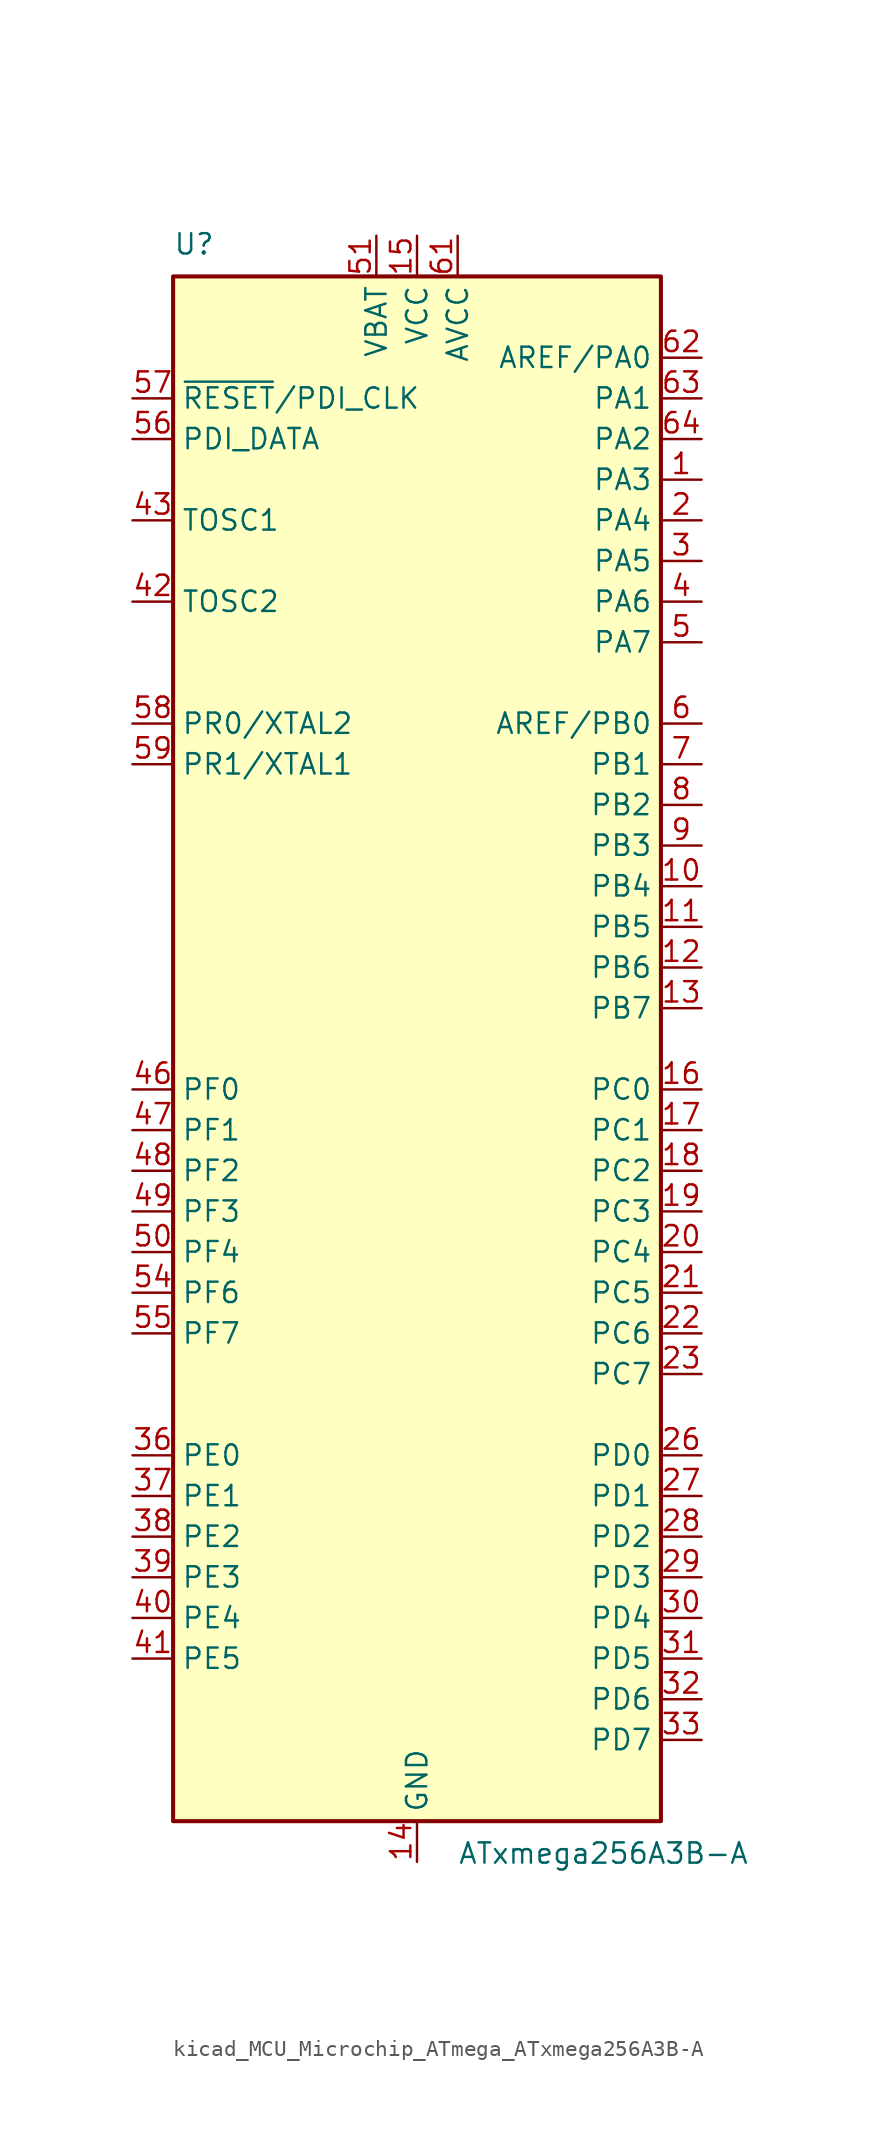
<source format=kicad_sym>
(kicad_symbol_lib
  (version 20220914)
  (generator kicad_symbol_editor)
  (symbol "kicad_MCU_Microchip_ATmega_ATxmega256A3B-A"
    (property "Reference" "U"
      (at -15.24 49.53 0)
      (effects (font (size 1.27 1.27)) (justify left bottom)))
    (property "Value" "ATxmega256A3B-A"
      (at 2.54 -49.53 0)
      (effects (font (size 1.27 1.27)) (justify left top)))
    (symbol "kicad_MCU_Microchip_ATmega_ATxmega256A3B-A_0_1"
      (rectangle (start -15.24 -48.26) (end 15.24 48.26) (stroke (width 0.254) (type default)) (fill (type background))))
    (symbol "kicad_MCU_Microchip_ATmega_ATxmega256A3B-A_1_1"
      (pin bidirectional line (at 17.78 35.56 180) (length 2.54) (name "PA3" (effects (font (size 1.27 1.27)))) (number "1" (effects (font (size 1.27 1.27)))))
      (pin bidirectional line (at 17.78 10.16 180) (length 2.54) (name "PB4" (effects (font (size 1.27 1.27)))) (number "10" (effects (font (size 1.27 1.27)))))
      (pin bidirectional line (at 17.78 7.62 180) (length 2.54) (name "PB5" (effects (font (size 1.27 1.27)))) (number "11" (effects (font (size 1.27 1.27)))))
      (pin bidirectional line (at 17.78 5.08 180) (length 2.54) (name "PB6" (effects (font (size 1.27 1.27)))) (number "12" (effects (font (size 1.27 1.27)))))
      (pin bidirectional line (at 17.78 2.54 180) (length 2.54) (name "PB7" (effects (font (size 1.27 1.27)))) (number "13" (effects (font (size 1.27 1.27)))))
      (pin power_in line (at 0 -50.8 90) (length 2.54) (name "GND" (effects (font (size 1.27 1.27)))) (number "14" (effects (font (size 1.27 1.27)))))
      (pin power_in line (at 0 50.8 270) (length 2.54) (name "VCC" (effects (font (size 1.27 1.27)))) (number "15" (effects (font (size 1.27 1.27)))))
      (pin bidirectional line (at 17.78 -2.54 180) (length 2.54) (name "PC0" (effects (font (size 1.27 1.27)))) (number "16" (effects (font (size 1.27 1.27)))))
      (pin bidirectional line (at 17.78 -5.08 180) (length 2.54) (name "PC1" (effects (font (size 1.27 1.27)))) (number "17" (effects (font (size 1.27 1.27)))))
      (pin bidirectional line (at 17.78 -7.62 180) (length 2.54) (name "PC2" (effects (font (size 1.27 1.27)))) (number "18" (effects (font (size 1.27 1.27)))))
      (pin bidirectional line (at 17.78 -10.16 180) (length 2.54) (name "PC3" (effects (font (size 1.27 1.27)))) (number "19" (effects (font (size 1.27 1.27)))))
      (pin bidirectional line (at 17.78 33.02 180) (length 2.54) (name "PA4" (effects (font (size 1.27 1.27)))) (number "2" (effects (font (size 1.27 1.27)))))
      (pin bidirectional line (at 17.78 -12.7 180) (length 2.54) (name "PC4" (effects (font (size 1.27 1.27)))) (number "20" (effects (font (size 1.27 1.27)))))
      (pin bidirectional line (at 17.78 -15.24 180) (length 2.54) (name "PC5" (effects (font (size 1.27 1.27)))) (number "21" (effects (font (size 1.27 1.27)))))
      (pin bidirectional line (at 17.78 -17.78 180) (length 2.54) (name "PC6" (effects (font (size 1.27 1.27)))) (number "22" (effects (font (size 1.27 1.27)))))
      (pin bidirectional line (at 17.78 -20.32 180) (length 2.54) (name "PC7" (effects (font (size 1.27 1.27)))) (number "23" (effects (font (size 1.27 1.27)))))
      (pin passive line (at 0 -50.8 90) (length 2.54) hide (name "GND" (effects (font (size 1.27 1.27)))) (number "24" (effects (font (size 1.27 1.27)))))
      (pin passive line (at 0 50.8 270) (length 2.54) hide (name "VCC" (effects (font (size 1.27 1.27)))) (number "25" (effects (font (size 1.27 1.27)))))
      (pin bidirectional line (at 17.78 -25.4 180) (length 2.54) (name "PD0" (effects (font (size 1.27 1.27)))) (number "26" (effects (font (size 1.27 1.27)))))
      (pin bidirectional line (at 17.78 -27.94 180) (length 2.54) (name "PD1" (effects (font (size 1.27 1.27)))) (number "27" (effects (font (size 1.27 1.27)))))
      (pin bidirectional line (at 17.78 -30.48 180) (length 2.54) (name "PD2" (effects (font (size 1.27 1.27)))) (number "28" (effects (font (size 1.27 1.27)))))
      (pin bidirectional line (at 17.78 -33.02 180) (length 2.54) (name "PD3" (effects (font (size 1.27 1.27)))) (number "29" (effects (font (size 1.27 1.27)))))
      (pin bidirectional line (at 17.78 30.48 180) (length 2.54) (name "PA5" (effects (font (size 1.27 1.27)))) (number "3" (effects (font (size 1.27 1.27)))))
      (pin bidirectional line (at 17.78 -35.56 180) (length 2.54) (name "PD4" (effects (font (size 1.27 1.27)))) (number "30" (effects (font (size 1.27 1.27)))))
      (pin bidirectional line (at 17.78 -38.1 180) (length 2.54) (name "PD5" (effects (font (size 1.27 1.27)))) (number "31" (effects (font (size 1.27 1.27)))))
      (pin bidirectional line (at 17.78 -40.64 180) (length 2.54) (name "PD6" (effects (font (size 1.27 1.27)))) (number "32" (effects (font (size 1.27 1.27)))))
      (pin bidirectional line (at 17.78 -43.18 180) (length 2.54) (name "PD7" (effects (font (size 1.27 1.27)))) (number "33" (effects (font (size 1.27 1.27)))))
      (pin passive line (at 0 -50.8 90) (length 2.54) hide (name "GND" (effects (font (size 1.27 1.27)))) (number "34" (effects (font (size 1.27 1.27)))))
      (pin passive line (at 0 50.8 270) (length 2.54) hide (name "VCC" (effects (font (size 1.27 1.27)))) (number "35" (effects (font (size 1.27 1.27)))))
      (pin bidirectional line (at -17.78 -25.4 0) (length 2.54) (name "PE0" (effects (font (size 1.27 1.27)))) (number "36" (effects (font (size 1.27 1.27)))))
      (pin bidirectional line (at -17.78 -27.94 0) (length 2.54) (name "PE1" (effects (font (size 1.27 1.27)))) (number "37" (effects (font (size 1.27 1.27)))))
      (pin bidirectional line (at -17.78 -30.48 0) (length 2.54) (name "PE2" (effects (font (size 1.27 1.27)))) (number "38" (effects (font (size 1.27 1.27)))))
      (pin bidirectional line (at -17.78 -33.02 0) (length 2.54) (name "PE3" (effects (font (size 1.27 1.27)))) (number "39" (effects (font (size 1.27 1.27)))))
      (pin bidirectional line (at 17.78 27.94 180) (length 2.54) (name "PA6" (effects (font (size 1.27 1.27)))) (number "4" (effects (font (size 1.27 1.27)))))
      (pin bidirectional line (at -17.78 -35.56 0) (length 2.54) (name "PE4" (effects (font (size 1.27 1.27)))) (number "40" (effects (font (size 1.27 1.27)))))
      (pin bidirectional line (at -17.78 -38.1 0) (length 2.54) (name "PE5" (effects (font (size 1.27 1.27)))) (number "41" (effects (font (size 1.27 1.27)))))
      (pin passive line (at -17.78 27.94 0) (length 2.54) (name "TOSC2" (effects (font (size 1.27 1.27)))) (number "42" (effects (font (size 1.27 1.27)))))
      (pin input line (at -17.78 33.02 0) (length 2.54) (name "TOSC1" (effects (font (size 1.27 1.27)))) (number "43" (effects (font (size 1.27 1.27)))))
      (pin passive line (at 0 -50.8 90) (length 2.54) hide (name "GND" (effects (font (size 1.27 1.27)))) (number "44" (effects (font (size 1.27 1.27)))))
      (pin passive line (at 0 50.8 270) (length 2.54) hide (name "VCC" (effects (font (size 1.27 1.27)))) (number "45" (effects (font (size 1.27 1.27)))))
      (pin bidirectional line (at -17.78 -2.54 0) (length 2.54) (name "PF0" (effects (font (size 1.27 1.27)))) (number "46" (effects (font (size 1.27 1.27)))))
      (pin bidirectional line (at -17.78 -5.08 0) (length 2.54) (name "PF1" (effects (font (size 1.27 1.27)))) (number "47" (effects (font (size 1.27 1.27)))))
      (pin bidirectional line (at -17.78 -7.62 0) (length 2.54) (name "PF2" (effects (font (size 1.27 1.27)))) (number "48" (effects (font (size 1.27 1.27)))))
      (pin bidirectional line (at -17.78 -10.16 0) (length 2.54) (name "PF3" (effects (font (size 1.27 1.27)))) (number "49" (effects (font (size 1.27 1.27)))))
      (pin bidirectional line (at 17.78 25.4 180) (length 2.54) (name "PA7" (effects (font (size 1.27 1.27)))) (number "5" (effects (font (size 1.27 1.27)))))
      (pin bidirectional line (at -17.78 -12.7 0) (length 2.54) (name "PF4" (effects (font (size 1.27 1.27)))) (number "50" (effects (font (size 1.27 1.27)))))
      (pin power_in line (at -2.54 50.8 270) (length 2.54) (name "VBAT" (effects (font (size 1.27 1.27)))) (number "51" (effects (font (size 1.27 1.27)))))
      (pin passive line (at 0 -50.8 90) (length 2.54) hide (name "GND" (effects (font (size 1.27 1.27)))) (number "52" (effects (font (size 1.27 1.27)))))
      (pin passive line (at 0 50.8 270) (length 2.54) hide (name "VCC" (effects (font (size 1.27 1.27)))) (number "53" (effects (font (size 1.27 1.27)))))
      (pin bidirectional line (at -17.78 -15.24 0) (length 2.54) (name "PF6" (effects (font (size 1.27 1.27)))) (number "54" (effects (font (size 1.27 1.27)))))
      (pin bidirectional line (at -17.78 -17.78 0) (length 2.54) (name "PF7" (effects (font (size 1.27 1.27)))) (number "55" (effects (font (size 1.27 1.27)))))
      (pin bidirectional line (at -17.78 38.1 0) (length 2.54) (name "PDI_DATA" (effects (font (size 1.27 1.27)))) (number "56" (effects (font (size 1.27 1.27)))))
      (pin input line (at -17.78 40.64 0) (length 2.54) (name "~{RESET}/PDI_CLK" (effects (font (size 1.27 1.27)))) (number "57" (effects (font (size 1.27 1.27)))))
      (pin bidirectional line (at -17.78 20.32 0) (length 2.54) (name "PR0/XTAL2" (effects (font (size 1.27 1.27)))) (number "58" (effects (font (size 1.27 1.27)))))
      (pin bidirectional line (at -17.78 17.78 0) (length 2.54) (name "PR1/XTAL1" (effects (font (size 1.27 1.27)))) (number "59" (effects (font (size 1.27 1.27)))))
      (pin bidirectional line (at 17.78 20.32 180) (length 2.54) (name "AREF/PB0" (effects (font (size 1.27 1.27)))) (number "6" (effects (font (size 1.27 1.27)))))
      (pin passive line (at 0 -50.8 90) (length 2.54) hide (name "GND" (effects (font (size 1.27 1.27)))) (number "60" (effects (font (size 1.27 1.27)))))
      (pin power_in line (at 2.54 50.8 270) (length 2.54) (name "AVCC" (effects (font (size 1.27 1.27)))) (number "61" (effects (font (size 1.27 1.27)))))
      (pin bidirectional line (at 17.78 43.18 180) (length 2.54) (name "AREF/PA0" (effects (font (size 1.27 1.27)))) (number "62" (effects (font (size 1.27 1.27)))))
      (pin bidirectional line (at 17.78 40.64 180) (length 2.54) (name "PA1" (effects (font (size 1.27 1.27)))) (number "63" (effects (font (size 1.27 1.27)))))
      (pin bidirectional line (at 17.78 38.1 180) (length 2.54) (name "PA2" (effects (font (size 1.27 1.27)))) (number "64" (effects (font (size 1.27 1.27)))))
      (pin bidirectional line (at 17.78 17.78 180) (length 2.54) (name "PB1" (effects (font (size 1.27 1.27)))) (number "7" (effects (font (size 1.27 1.27)))))
      (pin bidirectional line (at 17.78 15.24 180) (length 2.54) (name "PB2" (effects (font (size 1.27 1.27)))) (number "8" (effects (font (size 1.27 1.27)))))
      (pin bidirectional line (at 17.78 12.7 180) (length 2.54) (name "PB3" (effects (font (size 1.27 1.27)))) (number "9" (effects (font (size 1.27 1.27))))))))
</source>
